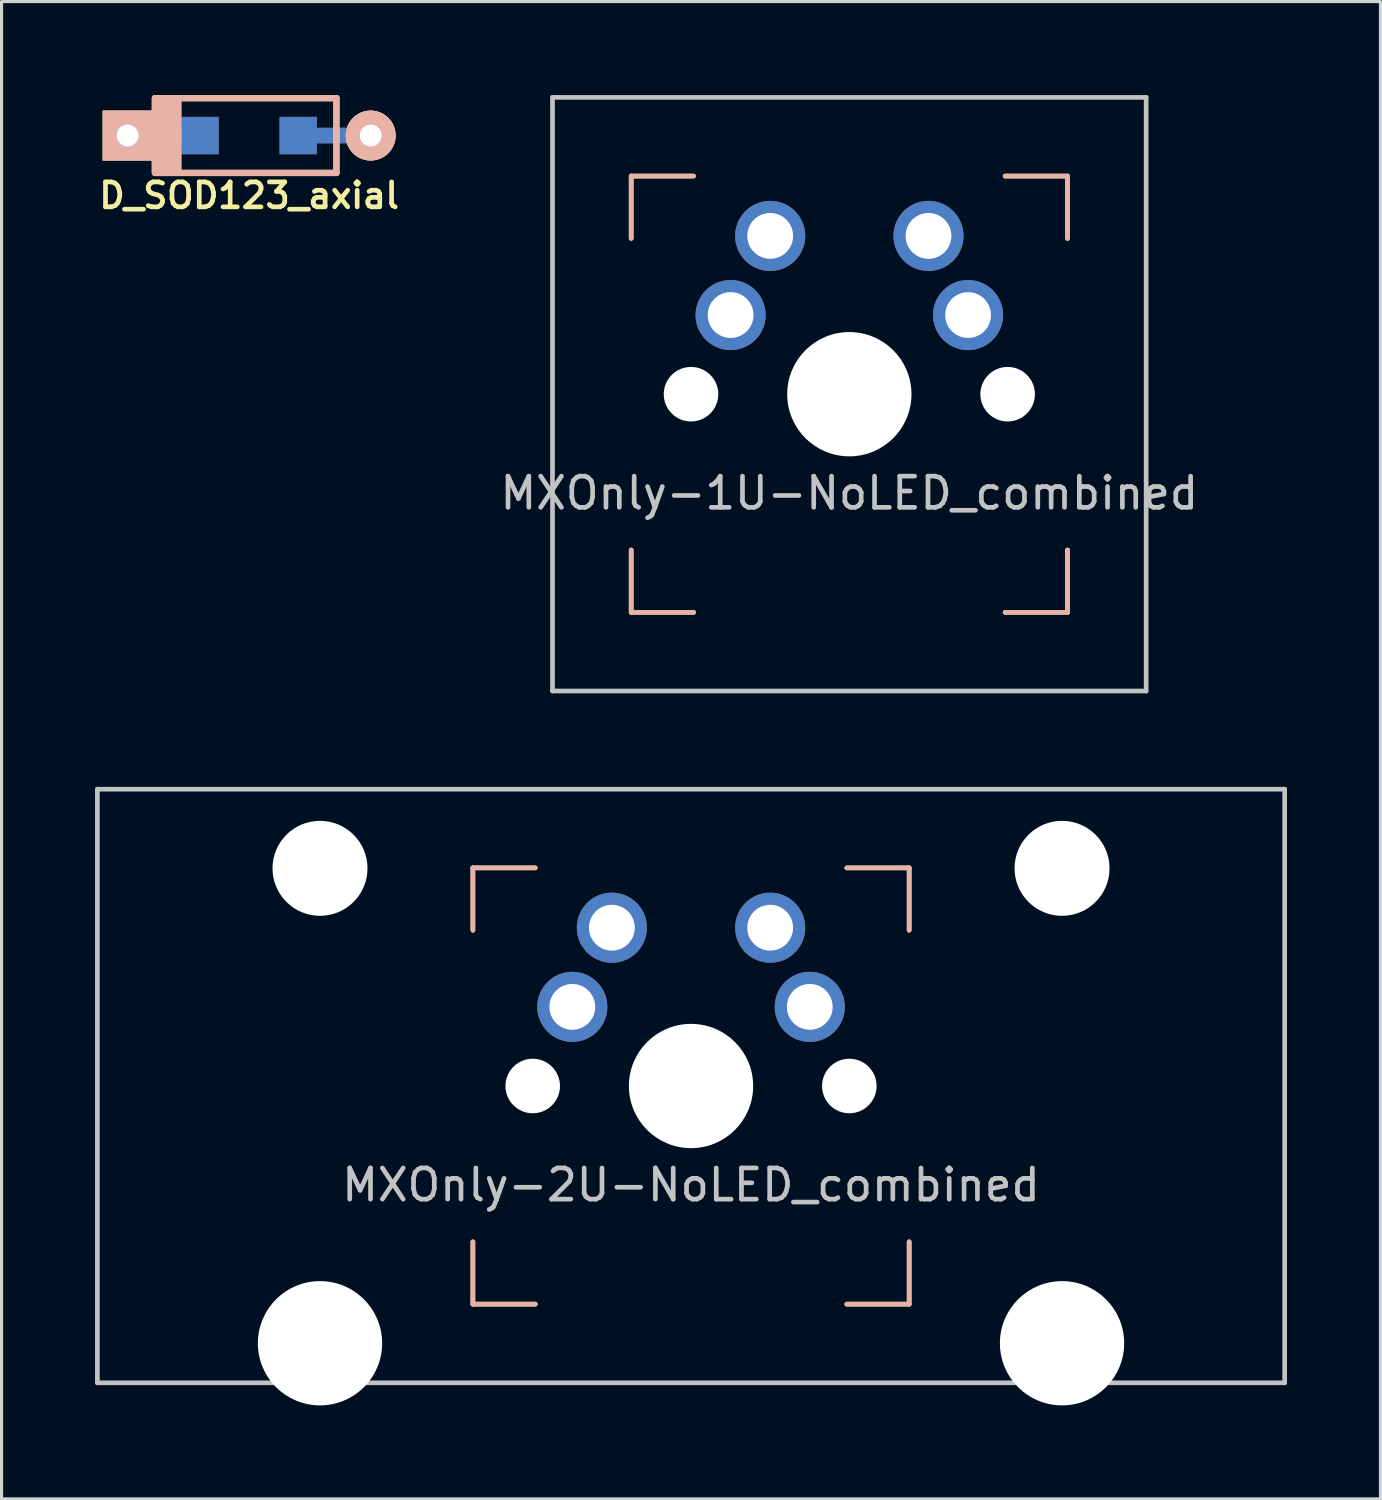
<source format=kicad_pcb>
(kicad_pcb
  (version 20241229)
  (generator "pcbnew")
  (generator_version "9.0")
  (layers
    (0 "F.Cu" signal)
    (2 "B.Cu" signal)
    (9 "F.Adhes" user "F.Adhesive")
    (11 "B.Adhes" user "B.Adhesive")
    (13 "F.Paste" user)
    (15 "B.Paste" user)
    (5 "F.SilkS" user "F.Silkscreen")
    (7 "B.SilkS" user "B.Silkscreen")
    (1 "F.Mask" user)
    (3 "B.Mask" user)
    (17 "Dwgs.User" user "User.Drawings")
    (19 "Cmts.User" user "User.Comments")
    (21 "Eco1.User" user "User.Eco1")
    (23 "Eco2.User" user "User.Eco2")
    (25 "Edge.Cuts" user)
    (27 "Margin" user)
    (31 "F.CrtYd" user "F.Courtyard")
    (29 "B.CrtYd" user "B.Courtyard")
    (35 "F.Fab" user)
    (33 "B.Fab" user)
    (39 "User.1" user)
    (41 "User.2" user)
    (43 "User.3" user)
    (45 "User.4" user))
  (footprint "D_SOD123_axial"
    (layer "F.Cu")
    (at 4.945 1.3)
    (property "Reference" "D_SOD123_axial" (at 0 1.925 0) (layer "F.SilkS") (effects (font (size 0.8 0.8) (thickness 0.15))))
    (attr smd)
    (fp_line (start -3.025 1.2) (end -3.025 -1.2) (stroke (width 0.2) (type solid)) (layer "F.SilkS"))
    (fp_line (start -3 -1.2) (end 2.8 -1.2) (stroke (width 0.2) (type solid)) (layer "F.SilkS"))
    (fp_line (start -2.925 -1.2) (end -2.925 1.2) (stroke (width 0.2) (type solid)) (layer "F.SilkS"))
    (fp_line (start -2.8 -1.2) (end -2.8 1.2) (stroke (width 0.2) (type solid)) (layer "F.SilkS"))
    (fp_line (start -2.625 -1.2) (end -2.625 1.2) (stroke (width 0.2) (type solid)) (layer "F.SilkS"))
    (fp_line (start -2.45 -1.2) (end -2.45 1.2) (stroke (width 0.2) (type solid)) (layer "F.SilkS"))
    (fp_line (start -2.275 -1.2) (end -2.275 1.2) (stroke (width 0.2) (type solid)) (layer "F.SilkS"))
    (fp_line (start 2.8 -1.2) (end 2.8 1.2) (stroke (width 0.2) (type solid)) (layer "F.SilkS"))
    (fp_line (start 2.8 1.2) (end -3 1.2) (stroke (width 0.2) (type solid)) (layer "F.SilkS"))
    (fp_line (start -3.025 1.2) (end -3.025 -1.2) (stroke (width 0.2) (type solid)) (layer "B.SilkS"))
    (fp_line (start -3 -1.2) (end 2.8 -1.2) (stroke (width 0.2) (type solid)) (layer "B.SilkS"))
    (fp_line (start -2.925 -1.2) (end -2.925 1.2) (stroke (width 0.2) (type solid)) (layer "B.SilkS"))
    (fp_line (start -2.8 -1.2) (end -2.8 1.2) (stroke (width 0.2) (type solid)) (layer "B.SilkS"))
    (fp_line (start -2.625 -1.2) (end -2.625 1.2) (stroke (width 0.2) (type solid)) (layer "B.SilkS"))
    (fp_line (start -2.45 -1.2) (end -2.45 1.2) (stroke (width 0.2) (type solid)) (layer "B.SilkS"))
    (fp_line (start -2.275 -1.2) (end -2.275 1.2) (stroke (width 0.2) (type solid)) (layer "B.SilkS"))
    (fp_line (start 2.8 -1.2) (end 2.8 1.2) (stroke (width 0.2) (type solid)) (layer "B.SilkS"))
    (fp_line (start 2.8 1.2) (end -3 1.2) (stroke (width 0.2) (type solid)) (layer "B.SilkS"))
    (pad "1" thru_hole rect (at -3.9 0) (size 1.6 1.6) (drill 0.7) (layers "*.Cu" "*.SilkS" "*.Mask"))
    (pad "1" smd rect (at -2.7 0) (size 2.5 0.5) (layers "*.Cu"))
    (pad "1" smd rect (at -1.575 0) (size 1.2 1.2) (layers "*.Cu" "*.Paste" "*.Mask"))
    (pad "2" smd rect (at 1.575 0) (size 1.2 1.2) (layers "*.Cu" "*.Paste" "*.Mask"))
    (pad "2" smd rect (at 2.7 0) (size 2.5 0.5) (layers "*.Cu"))
    (pad "2" thru_hole circle (at 3.9 0) (size 1.6 1.6) (drill 0.7) (layers "*.Cu" "*.SilkS" "*.Mask")))
  (footprint "MXOnly-1U-NoLED_combined"
    (layer "F.Cu")
    (at 24.205 9.6)
    (property "Reference" "MXOnly-1U-NoLED_combined" (at 0 3.175 0) (layer "Dwgs.User") (effects (font (size 1 1) (thickness 0.15))))
    (attr through_hole)
    (fp_line (start -7 -7) (end -7 -5) (stroke (width 0.15) (type solid)) (layer "F.SilkS"))
    (fp_line (start -7 5) (end -7 7) (stroke (width 0.15) (type solid)) (layer "F.SilkS"))
    (fp_line (start -7 7) (end -5 7) (stroke (width 0.15) (type solid)) (layer "F.SilkS"))
    (fp_line (start -5 -7) (end -7 -7) (stroke (width 0.15) (type solid)) (layer "F.SilkS"))
    (fp_line (start 5 -7) (end 7 -7) (stroke (width 0.15) (type solid)) (layer "F.SilkS"))
    (fp_line (start 5 7) (end 7 7) (stroke (width 0.15) (type solid)) (layer "F.SilkS"))
    (fp_line (start 7 -7) (end 7 -5) (stroke (width 0.15) (type solid)) (layer "F.SilkS"))
    (fp_line (start 7 7) (end 7 5) (stroke (width 0.15) (type solid)) (layer "F.SilkS"))
    (fp_line (start -7 -7) (end -7 -5) (stroke (width 0.15) (type solid)) (layer "B.SilkS"))
    (fp_line (start -7 5) (end -7 7) (stroke (width 0.15) (type solid)) (layer "B.SilkS"))
    (fp_line (start -7 7) (end -5 7) (stroke (width 0.15) (type solid)) (layer "B.SilkS"))
    (fp_line (start -5 -7) (end -7 -7) (stroke (width 0.15) (type solid)) (layer "B.SilkS"))
    (fp_line (start 5 -7) (end 7 -7) (stroke (width 0.15) (type solid)) (layer "B.SilkS"))
    (fp_line (start 5 7) (end 7 7) (stroke (width 0.15) (type solid)) (layer "B.SilkS"))
    (fp_line (start 7 -7) (end 7 -5) (stroke (width 0.15) (type solid)) (layer "B.SilkS"))
    (fp_line (start 7 7) (end 7 5) (stroke (width 0.15) (type solid)) (layer "B.SilkS"))
    (fp_line (start -9.525 -9.525) (end 9.525 -9.525) (stroke (width 0.15) (type solid)) (layer "Dwgs.User"))
    (fp_line (start -9.525 9.525) (end -9.525 -9.525) (stroke (width 0.15) (type solid)) (layer "Dwgs.User"))
    (fp_line (start 9.525 -9.525) (end 9.525 9.525) (stroke (width 0.15) (type solid)) (layer "Dwgs.User"))
    (fp_line (start 9.525 9.525) (end -9.525 9.525) (stroke (width 0.15) (type solid)) (layer "Dwgs.User"))
    (pad "" np_thru_hole circle (at -5.08 0 48.1) (size 1.75 1.75) (drill 1.75) (layers "*.Cu" "*.Mask"))
    (pad "" np_thru_hole circle (at 0 0) (size 3.988 3.988) (drill 3.988) (layers "*.Cu" "*.Mask"))
    (pad "" np_thru_hole circle (at 5.08 0 48.1) (size 1.75 1.75) (drill 1.75) (layers "*.Cu" "*.Mask"))
    (pad "1" thru_hole circle (at -3.81 -2.54) (size 2.25 2.25) (drill 1.47) (layers "*.Cu" "*.Mask"))
    (pad "1" thru_hole circle (at -2.54 -5.08) (size 2.25 2.25) (drill 1.47) (layers "*.Cu" "*.Mask"))
    (pad "2" thru_hole circle (at 2.54 -5.08) (size 2.25 2.25) (drill 1.47) (layers "*.Cu" "*.Mask"))
    (pad "2" thru_hole circle (at 3.81 -2.54) (size 2.25 2.25) (drill 1.47) (layers "*.Cu" "*.Mask")))
  (footprint "MXOnly-2U-NoLED_combined"
    (layer "F.Cu")
    (at 19.125 31.8)
    (property "Reference" "MXOnly-2U-NoLED_combined" (at 0 3.175 180) (layer "Dwgs.User") (effects (font (size 1 1) (thickness 0.15))))
    (attr through_hole)
    (fp_line (start -7 -7) (end -7 -5) (stroke (width 0.15) (type solid)) (layer "F.SilkS"))
    (fp_line (start -7 5) (end -7 7) (stroke (width 0.15) (type solid)) (layer "F.SilkS"))
    (fp_line (start -7 7) (end -5 7) (stroke (width 0.15) (type solid)) (layer "F.SilkS"))
    (fp_line (start -5 -7) (end -7 -7) (stroke (width 0.15) (type solid)) (layer "F.SilkS"))
    (fp_line (start 5 -7) (end 7 -7) (stroke (width 0.15) (type solid)) (layer "F.SilkS"))
    (fp_line (start 5 7) (end 7 7) (stroke (width 0.15) (type solid)) (layer "F.SilkS"))
    (fp_line (start 7 -7) (end 7 -5) (stroke (width 0.15) (type solid)) (layer "F.SilkS"))
    (fp_line (start 7 7) (end 7 5) (stroke (width 0.15) (type solid)) (layer "F.SilkS"))
    (fp_line (start -7 -7) (end -7 -5) (stroke (width 0.15) (type solid)) (layer "B.SilkS"))
    (fp_line (start -7 5) (end -7 7) (stroke (width 0.15) (type solid)) (layer "B.SilkS"))
    (fp_line (start -7 7) (end -5 7) (stroke (width 0.15) (type solid)) (layer "B.SilkS"))
    (fp_line (start -5 -7) (end -7 -7) (stroke (width 0.15) (type solid)) (layer "B.SilkS"))
    (fp_line (start 5 -7) (end 7 -7) (stroke (width 0.15) (type solid)) (layer "B.SilkS"))
    (fp_line (start 5 7) (end 7 7) (stroke (width 0.15) (type solid)) (layer "B.SilkS"))
    (fp_line (start 7 -7) (end 7 -5) (stroke (width 0.15) (type solid)) (layer "B.SilkS"))
    (fp_line (start 7 7) (end 7 5) (stroke (width 0.15) (type solid)) (layer "B.SilkS"))
    (fp_line (start -19.05 -9.525) (end 19.05 -9.525) (stroke (width 0.15) (type solid)) (layer "Dwgs.User"))
    (fp_line (start -19.05 9.525) (end -19.05 -9.525) (stroke (width 0.15) (type solid)) (layer "Dwgs.User"))
    (fp_line (start -19.05 9.525) (end 19.05 9.525) (stroke (width 0.15) (type solid)) (layer "Dwgs.User"))
    (fp_line (start 19.05 -9.525) (end 19.05 9.525) (stroke (width 0.15) (type solid)) (layer "Dwgs.User"))
    (pad "" np_thru_hole circle (at -11.906 -6.985) (size 3.048 3.048) (drill 3.048) (layers "*.Cu" "*.Mask"))
    (pad "" np_thru_hole circle (at -11.906 8.255) (size 3.988 3.988) (drill 3.988) (layers "*.Cu" "*.Mask"))
    (pad "" np_thru_hole circle (at -5.08 0 48.1) (size 1.75 1.75) (drill 1.75) (layers "*.Cu" "*.Mask"))
    (pad "" np_thru_hole circle (at 0 0) (size 3.988 3.988) (drill 3.988) (layers "*.Cu" "*.Mask"))
    (pad "" np_thru_hole circle (at 5.08 0 48.1) (size 1.75 1.75) (drill 1.75) (layers "*.Cu" "*.Mask"))
    (pad "" np_thru_hole circle (at 11.906 -6.985) (size 3.048 3.048) (drill 3.048) (layers "*.Cu" "*.Mask"))
    (pad "" np_thru_hole circle (at 11.906 8.255) (size 3.988 3.988) (drill 3.988) (layers "*.Cu" "*.Mask"))
    (pad "1" thru_hole circle (at -3.81 -2.54) (size 2.25 2.25) (drill 1.47) (layers "*.Cu" "*.Mask"))
    (pad "1" thru_hole circle (at -2.54 -5.08) (size 2.25 2.25) (drill 1.47) (layers "*.Cu" "*.Mask"))
    (pad "2" thru_hole circle (at 2.54 -5.08) (size 2.25 2.25) (drill 1.47) (layers "*.Cu" "*.Mask"))
    (pad "2" thru_hole circle (at 3.81 -2.54) (size 2.25 2.25) (drill 1.47) (layers "*.Cu" "*.Mask")))
  (gr_rect
    (start -3 -3)
    (end 41.25 45.049)
    (stroke (width 0.1) (type default))
    (fill no)
    (layer "Edge.Cuts")))
</source>
